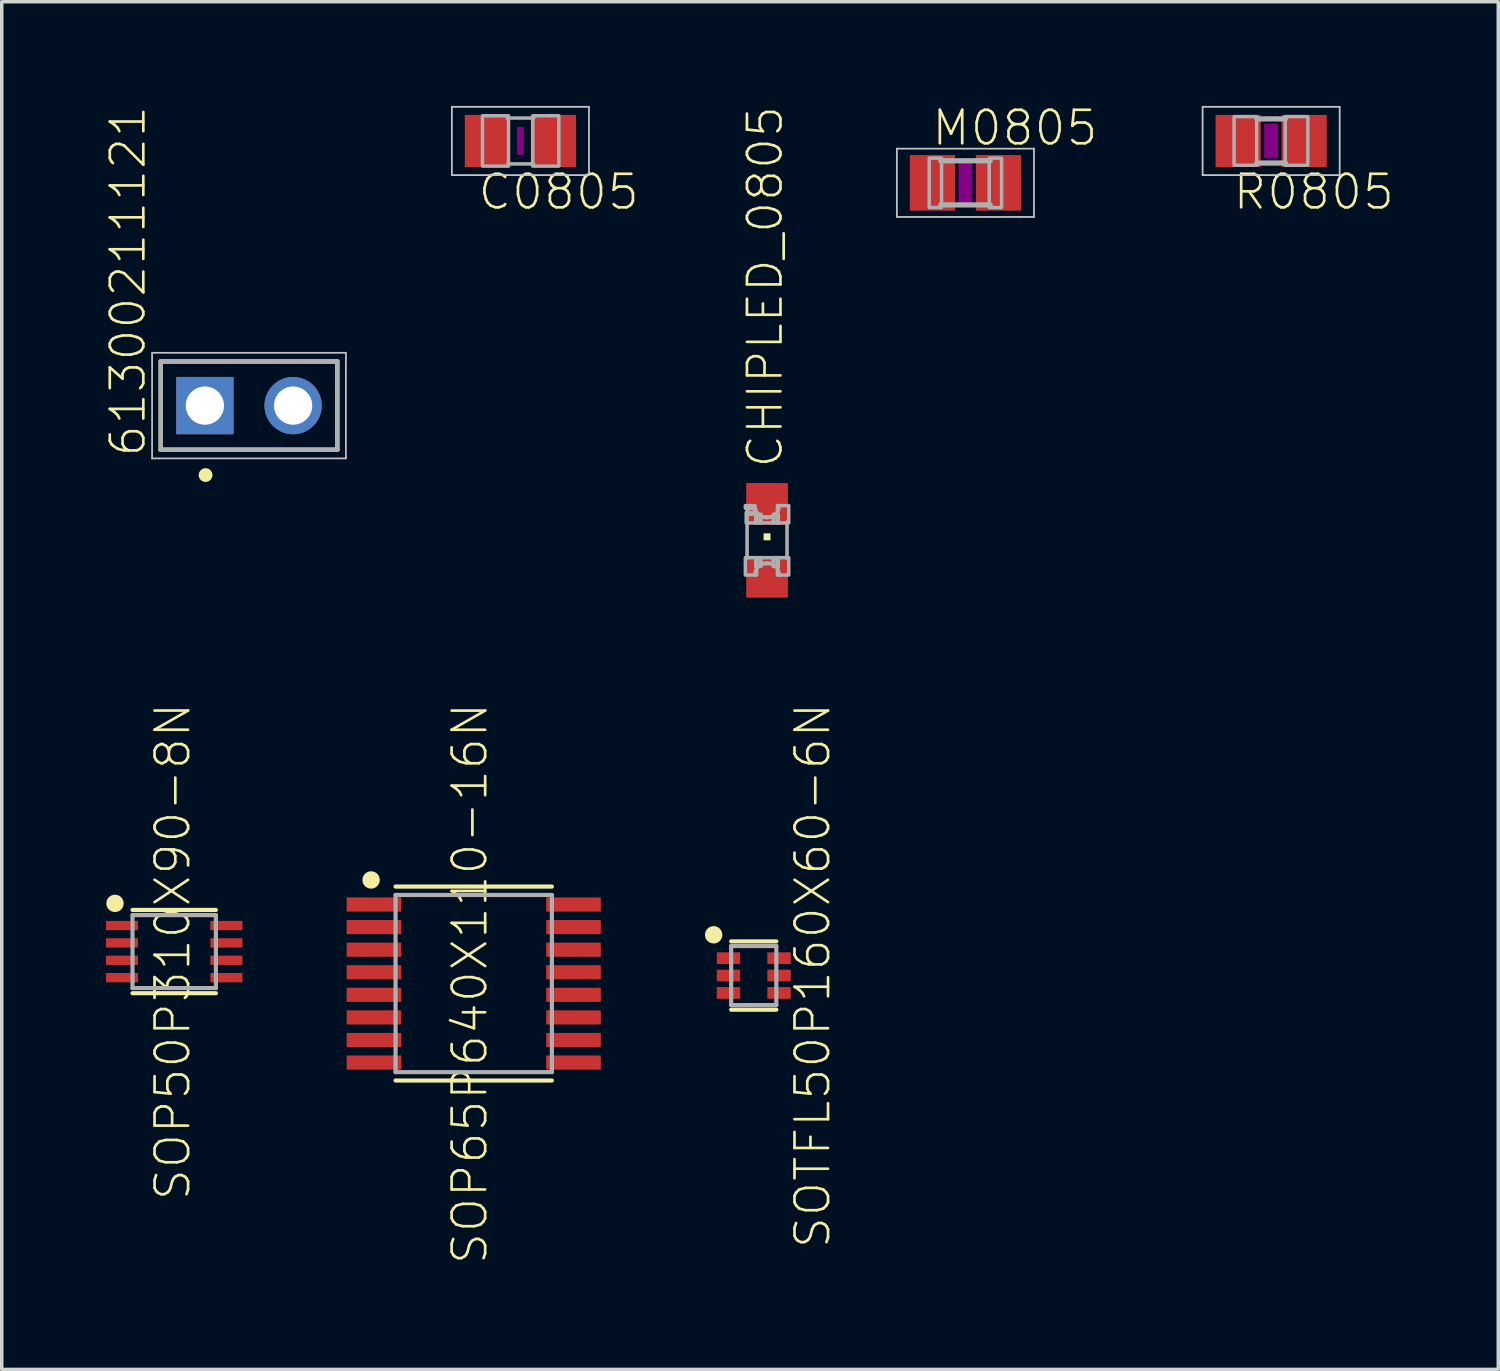
<source format=kicad_pcb>
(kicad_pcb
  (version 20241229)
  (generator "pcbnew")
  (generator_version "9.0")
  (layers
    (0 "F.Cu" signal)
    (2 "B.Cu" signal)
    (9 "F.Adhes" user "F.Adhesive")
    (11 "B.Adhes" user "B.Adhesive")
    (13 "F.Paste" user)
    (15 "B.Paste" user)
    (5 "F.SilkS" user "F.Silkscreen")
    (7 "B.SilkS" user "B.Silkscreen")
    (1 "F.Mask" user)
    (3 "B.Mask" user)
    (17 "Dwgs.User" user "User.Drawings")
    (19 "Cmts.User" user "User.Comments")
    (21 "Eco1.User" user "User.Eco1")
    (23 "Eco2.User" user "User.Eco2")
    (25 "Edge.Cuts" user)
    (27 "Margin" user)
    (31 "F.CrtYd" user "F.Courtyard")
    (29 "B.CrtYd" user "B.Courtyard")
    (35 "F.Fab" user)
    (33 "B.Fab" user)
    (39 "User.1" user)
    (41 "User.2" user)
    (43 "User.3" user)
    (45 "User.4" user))
  (footprint "SOTFL50P160X60-6N"
    (layer "F.Cu")
    (at 18.648 25.033)
    (property "Reference" "SOTFL50P160X60-6N" (at 2.26 0 270) (layer "F.SilkS") (effects (font (size 0.965 0.965) (thickness 0.077)) (justify bottom)))
    (attr through_hole)
    (fp_line (start -0.65 -0.983) (end 0.65 -0.983) (stroke (width 0.12) (type solid)) (layer "F.SilkS"))
    (fp_line (start -0.65 0.983) (end 0.65 0.983) (stroke (width 0.12) (type solid)) (layer "F.SilkS"))
    (fp_circle (center -1.154 -1.173) (end -1.029 -1.173) (stroke (width 0.25) (type solid)) (fill no) (layer "F.SilkS"))
    (fp_line (start -0.65 -0.85) (end 0.65 -0.85) (stroke (width 0.12) (type solid)) (layer "F.Fab"))
    (fp_line (start -0.65 0.85) (end -0.65 -0.85) (stroke (width 0.12) (type solid)) (layer "F.Fab"))
    (fp_line (start 0.65 -0.85) (end 0.65 0.85) (stroke (width 0.12) (type solid)) (layer "F.Fab"))
    (fp_line (start 0.65 0.85) (end -0.65 0.85) (stroke (width 0.12) (type solid)) (layer "F.Fab"))
    (pad "1" smd rect (at -0.728 -0.5) (size 0.673 0.337) (layers "F.Cu" "F.Mask" "F.Paste"))
    (pad "2" smd rect (at -0.728 0) (size 0.673 0.337) (layers "F.Cu" "F.Mask" "F.Paste"))
    (pad "3" smd rect (at -0.728 0.5) (size 0.673 0.337) (layers "F.Cu" "F.Mask" "F.Paste"))
    (pad "4" smd rect (at 0.728 0.5) (size 0.673 0.337) (layers "F.Cu" "F.Mask" "F.Paste"))
    (pad "5" smd rect (at 0.728 0) (size 0.673 0.337) (layers "F.Cu" "F.Mask" "F.Paste"))
    (pad "6" smd rect (at 0.728 -0.5) (size 0.673 0.337) (layers "F.Cu" "F.Mask" "F.Paste")))
  (footprint "61300211121"
    (layer "F.Cu")
    (at 4.118 8.626)
    (property "Reference" "61300211121" (at -2.921 1.524 90) (layer "F.SilkS") (effects (font (size 0.965 0.965) (thickness 0.077)) (justify left bottom)))
    (attr through_hole)
    (fp_line (start -2.54 -1.27) (end 2.54 -1.27) (stroke (width 0.127) (type solid)) (layer "F.SilkS"))
    (fp_line (start -2.54 1.27) (end -2.54 -1.27) (stroke (width 0.127) (type solid)) (layer "F.SilkS"))
    (fp_line (start 2.54 -1.27) (end 2.54 1.27) (stroke (width 0.127) (type solid)) (layer "F.SilkS"))
    (fp_line (start 2.54 1.27) (end -2.54 1.27) (stroke (width 0.127) (type solid)) (layer "F.SilkS"))
    (fp_circle (center -1.25 2) (end -1.15 2) (stroke (width 0.2) (type solid)) (fill no) (layer "F.SilkS"))
    (fp_line (start -2.79 -1.52) (end 2.79 -1.52) (stroke (width 0.05) (type solid)) (layer "Dwgs.User"))
    (fp_line (start -2.79 1.52) (end -2.79 -1.52) (stroke (width 0.05) (type solid)) (layer "Dwgs.User"))
    (fp_line (start 2.79 -1.52) (end 2.79 1.52) (stroke (width 0.05) (type solid)) (layer "Dwgs.User"))
    (fp_line (start 2.79 1.52) (end -2.79 1.52) (stroke (width 0.05) (type solid)) (layer "Dwgs.User"))
    (fp_line (start -2.54 -1.27) (end 2.54 -1.27) (stroke (width 0.127) (type solid)) (layer "F.Fab"))
    (fp_line (start -2.54 1.27) (end -2.54 -1.27) (stroke (width 0.127) (type solid)) (layer "F.Fab"))
    (fp_line (start 2.54 -1.27) (end 2.54 1.27) (stroke (width 0.127) (type solid)) (layer "F.Fab"))
    (fp_line (start 2.54 1.27) (end -2.54 1.27) (stroke (width 0.127) (type solid)) (layer "F.Fab"))
    (pad "1" thru_hole rect (at -1.27 0) (size 1.65 1.65) (drill 1.1) (layers "*.Cu" "*.Mask"))
    (pad "2" thru_hole circle (at 1.27 0) (size 1.65 1.65) (drill 1.1) (layers "*.Cu" "*.Mask")))
  (footprint "R0805"
    (layer "F.Cu")
    (at 33.542 1.008)
    (property "Reference" "R0805" (at -1.143 2.032 180) (layer "F.SilkS") (effects (font (size 0.965 0.965) (thickness 0.077)) (justify left bottom)))
    (attr through_hole)
    (fp_poly (pts (xy -0.2 0.5) (xy 0.2 0.5) (xy 0.2 -0.5) (xy -0.2 -0.5)) (stroke (width 0) (type solid)) (fill yes) (layer "F.Adhes"))
    (fp_line (start -1.973 -0.983) (end 1.973 -0.983) (stroke (width 0.051) (type solid)) (layer "Dwgs.User"))
    (fp_line (start -1.973 0.983) (end -1.973 -0.983) (stroke (width 0.051) (type solid)) (layer "Dwgs.User"))
    (fp_line (start 1.973 -0.983) (end 1.973 0.983) (stroke (width 0.051) (type solid)) (layer "Dwgs.User"))
    (fp_line (start 1.973 0.983) (end -1.973 0.983) (stroke (width 0.051) (type solid)) (layer "Dwgs.User"))
    (fp_line (start -0.41 -0.635) (end 0.41 -0.635) (stroke (width 0.152) (type solid)) (layer "F.Fab"))
    (fp_line (start -0.41 0.635) (end 0.41 0.635) (stroke (width 0.152) (type solid)) (layer "F.Fab"))
    (fp_poly (pts (xy -1.067 0.699) (xy -0.417 0.699) (xy -0.417 -0.702) (xy -1.067 -0.702)) (stroke (width 0.1) (type solid)) (fill no) (layer "F.Fab"))
    (fp_poly (pts (xy 0.406 0.699) (xy 1.056 0.699) (xy 1.056 -0.702) (xy 0.406 -0.702)) (stroke (width 0.1) (type solid)) (fill no) (layer "F.Fab"))
    (pad "1" smd rect (at -0.95 0) (size 1.3 1.5) (layers "F.Cu" "F.Mask" "F.Paste"))
    (pad "2" smd rect (at 0.95 0) (size 1.3 1.5) (layers "F.Cu" "F.Mask" "F.Paste")))
  (footprint "C0805"
    (layer "F.Cu")
    (at 11.931 1.008)
    (property "Reference" "C0805" (at -1.27 2.032 180) (layer "F.SilkS") (effects (font (size 0.965 0.965) (thickness 0.077)) (justify left bottom)))
    (attr through_hole)
    (fp_poly (pts (xy -0.1 0.4) (xy 0.1 0.4) (xy 0.1 -0.4) (xy -0.1 -0.4)) (stroke (width 0) (type solid)) (fill yes) (layer "F.Adhes"))
    (fp_line (start -1.973 -0.983) (end 1.973 -0.983) (stroke (width 0.051) (type solid)) (layer "Dwgs.User"))
    (fp_line (start -1.973 0.983) (end -1.973 -0.983) (stroke (width 0.051) (type solid)) (layer "Dwgs.User"))
    (fp_line (start 1.973 -0.983) (end 1.973 0.983) (stroke (width 0.051) (type solid)) (layer "Dwgs.User"))
    (fp_line (start 1.973 0.983) (end -1.973 0.983) (stroke (width 0.051) (type solid)) (layer "Dwgs.User"))
    (fp_line (start -0.381 -0.66) (end 0.381 -0.66) (stroke (width 0.102) (type solid)) (layer "F.Fab"))
    (fp_line (start -0.356 0.66) (end 0.381 0.66) (stroke (width 0.102) (type solid)) (layer "F.Fab"))
    (fp_poly (pts (xy -1.092 0.724) (xy -0.342 0.724) (xy -0.342 -0.726) (xy -1.092 -0.726)) (stroke (width 0.1) (type solid)) (fill no) (layer "F.Fab"))
    (fp_poly (pts (xy 0.356 0.724) (xy 1.106 0.724) (xy 1.106 -0.726) (xy 0.356 -0.726)) (stroke (width 0.1) (type solid)) (fill no) (layer "F.Fab"))
    (pad "1" smd rect (at -0.95 0) (size 1.3 1.5) (layers "F.Cu" "F.Mask" "F.Paste"))
    (pad "2" smd rect (at 0.95 0) (size 1.3 1.5) (layers "F.Cu" "F.Mask" "F.Paste")))
  (footprint "SOP65P640X110-16N"
    (layer "F.Cu")
    (at 10.587 25.263)
    (property "Reference" "SOP65P640X110-16N" (at 0.451 0 270) (layer "F.SilkS") (effects (font (size 0.965 0.965) (thickness 0.077)) (justify bottom)))
    (attr through_hole)
    (fp_line (start -2.25 -2.792) (end 2.25 -2.792) (stroke (width 0.12) (type solid)) (layer "F.SilkS"))
    (fp_line (start -2.25 2.792) (end 2.25 2.792) (stroke (width 0.12) (type solid)) (layer "F.SilkS"))
    (fp_circle (center -2.954 -2.982) (end -2.829 -2.982) (stroke (width 0.25) (type solid)) (fill no) (layer "F.SilkS"))
    (fp_line (start -2.25 -2.55) (end 2.25 -2.55) (stroke (width 0.12) (type solid)) (layer "F.Fab"))
    (fp_line (start -2.25 2.55) (end -2.25 -2.55) (stroke (width 0.12) (type solid)) (layer "F.Fab"))
    (fp_line (start 2.25 -2.55) (end 2.25 2.55) (stroke (width 0.12) (type solid)) (layer "F.Fab"))
    (fp_line (start 2.25 2.55) (end -2.25 2.55) (stroke (width 0.12) (type solid)) (layer "F.Fab"))
    (pad "1" smd rect (at -2.872 -2.275) (size 1.572 0.407) (layers "F.Cu" "F.Mask" "F.Paste"))
    (pad "2" smd rect (at -2.872 -1.625) (size 1.572 0.407) (layers "F.Cu" "F.Mask" "F.Paste"))
    (pad "3" smd rect (at -2.872 -0.975) (size 1.572 0.407) (layers "F.Cu" "F.Mask" "F.Paste"))
    (pad "4" smd rect (at -2.872 -0.325) (size 1.572 0.407) (layers "F.Cu" "F.Mask" "F.Paste"))
    (pad "5" smd rect (at -2.872 0.325) (size 1.572 0.407) (layers "F.Cu" "F.Mask" "F.Paste"))
    (pad "6" smd rect (at -2.872 0.975) (size 1.572 0.407) (layers "F.Cu" "F.Mask" "F.Paste"))
    (pad "7" smd rect (at -2.872 1.625) (size 1.572 0.407) (layers "F.Cu" "F.Mask" "F.Paste"))
    (pad "8" smd rect (at -2.872 2.275) (size 1.572 0.407) (layers "F.Cu" "F.Mask" "F.Paste"))
    (pad "9" smd rect (at 2.872 2.275) (size 1.572 0.407) (layers "F.Cu" "F.Mask" "F.Paste"))
    (pad "10" smd rect (at 2.872 1.625) (size 1.572 0.407) (layers "F.Cu" "F.Mask" "F.Paste"))
    (pad "11" smd rect (at 2.872 0.975) (size 1.572 0.407) (layers "F.Cu" "F.Mask" "F.Paste"))
    (pad "12" smd rect (at 2.872 0.325) (size 1.572 0.407) (layers "F.Cu" "F.Mask" "F.Paste"))
    (pad "13" smd rect (at 2.872 -0.325) (size 1.572 0.407) (layers "F.Cu" "F.Mask" "F.Paste"))
    (pad "14" smd rect (at 2.872 -0.975) (size 1.572 0.407) (layers "F.Cu" "F.Mask" "F.Paste"))
    (pad "15" smd rect (at 2.872 -1.625) (size 1.572 0.407) (layers "F.Cu" "F.Mask" "F.Paste"))
    (pad "16" smd rect (at 2.872 -2.275) (size 1.572 0.407) (layers "F.Cu" "F.Mask" "F.Paste")))
  (footprint "CHIPLED_0805"
    (layer "F.Cu")
    (at 19.031 12.504)
    (property "Reference" "CHIPLED_0805" (at 0.508 -2.032 270) (layer "F.SilkS") (effects (font (size 0.965 0.965) (thickness 0.077)) (justify left bottom)))
    (attr through_hole)
    (fp_poly (pts (xy -0.1 0) (xy 0.1 0) (xy 0.1 -0.2) (xy -0.1 -0.2)) (stroke (width 0) (type solid)) (fill yes) (layer "F.SilkS"))
    (fp_line (start -0.575 0.5) (end -0.575 -0.925) (stroke (width 0.102) (type solid)) (layer "F.Fab"))
    (fp_line (start 0.575 -0.525) (end 0.575 0.525) (stroke (width 0.102) (type solid)) (layer "F.Fab"))
    (fp_arc (start -0.35 1) (mid 0 0.65) (end 0.35 1) (stroke (width 0.1016) (type solid)) (layer "F.Fab"))
    (fp_arc (start 0.35 -1) (mid 0 -0.65) (end -0.35 -1) (stroke (width 0.1016) (type solid)) (layer "F.Fab"))
    (fp_circle (center -0.45 -0.85) (end -0.347 -0.85) (stroke (width 0.102) (type solid)) (fill no) (layer "F.Fab"))
    (fp_poly (pts (xy -0.625 -0.925) (xy -0.4 -0.925) (xy -0.4 -1) (xy -0.625 -1)) (stroke (width 0.1) (type solid)) (fill no) (layer "F.Fab"))
    (fp_poly (pts (xy -0.625 1) (xy -0.3 1) (xy -0.3 0.5) (xy -0.625 0.5)) (stroke (width 0.1) (type solid)) (fill no) (layer "F.Fab"))
    (fp_poly (pts (xy -0.6 -0.5) (xy -0.3 -0.5) (xy -0.3 -0.8) (xy -0.6 -0.8)) (stroke (width 0.1) (type solid)) (fill no) (layer "F.Fab"))
    (fp_poly (pts (xy -0.325 -0.5) (xy -0.175 -0.5) (xy -0.175 -0.75) (xy -0.325 -0.75)) (stroke (width 0.1) (type solid)) (fill no) (layer "F.Fab"))
    (fp_poly (pts (xy -0.325 0.75) (xy -0.175 0.75) (xy -0.175 0.5) (xy -0.325 0.5)) (stroke (width 0.1) (type solid)) (fill no) (layer "F.Fab"))
    (fp_poly (pts (xy -0.2 -0.5) (xy 0.2 -0.5) (xy 0.2 -0.675) (xy -0.2 -0.675)) (stroke (width 0.1) (type solid)) (fill no) (layer "F.Fab"))
    (fp_poly (pts (xy -0.2 0.675) (xy 0.2 0.675) (xy 0.2 0.5) (xy -0.2 0.5)) (stroke (width 0.1) (type solid)) (fill no) (layer "F.Fab"))
    (fp_poly (pts (xy 0.175 -0.5) (xy 0.325 -0.5) (xy 0.325 -0.75) (xy 0.175 -0.75)) (stroke (width 0.1) (type solid)) (fill no) (layer "F.Fab"))
    (fp_poly (pts (xy 0.175 0.75) (xy 0.325 0.75) (xy 0.325 0.5) (xy 0.175 0.5)) (stroke (width 0.1) (type solid)) (fill no) (layer "F.Fab"))
    (fp_poly (pts (xy 0.3 -0.5) (xy 0.625 -0.5) (xy 0.625 -1) (xy 0.3 -1)) (stroke (width 0.1) (type solid)) (fill no) (layer "F.Fab"))
    (fp_poly (pts (xy 0.3 1) (xy 0.625 1) (xy 0.625 0.5) (xy 0.3 0.5)) (stroke (width 0.1) (type solid)) (fill no) (layer "F.Fab"))
    (pad "A" smd rect (at 0 1.05) (size 1.2 1.2) (layers "F.Cu" "F.Mask" "F.Paste"))
    (pad "C" smd rect (at 0 -1.05) (size 1.2 1.2) (layers "F.Cu" "F.Mask" "F.Paste")))
  (footprint "SOP50P310X90-8N"
    (layer "F.Cu")
    (at 1.965 24.343)
    (property "Reference" "SOP50P310X90-8N" (at 0.521 0 270) (layer "F.SilkS") (effects (font (size 0.965 0.965) (thickness 0.077)) (justify bottom)))
    (attr through_hole)
    (fp_line (start -1.2 -1.198) (end 1.2 -1.198) (stroke (width 0.12) (type solid)) (layer "F.SilkS"))
    (fp_line (start -1.2 1.198) (end 1.2 1.198) (stroke (width 0.12) (type solid)) (layer "F.SilkS"))
    (fp_circle (center -1.704 -1.388) (end -1.579 -1.388) (stroke (width 0.25) (type solid)) (fill no) (layer "F.SilkS"))
    (fp_line (start -1.2 -1.05) (end 1.2 -1.05) (stroke (width 0.12) (type solid)) (layer "F.Fab"))
    (fp_line (start -1.2 1.05) (end -1.2 -1.05) (stroke (width 0.12) (type solid)) (layer "F.Fab"))
    (fp_line (start 1.2 -1.05) (end 1.2 1.05) (stroke (width 0.12) (type solid)) (layer "F.Fab"))
    (fp_line (start 1.2 1.05) (end -1.2 1.05) (stroke (width 0.12) (type solid)) (layer "F.Fab"))
    (pad "1" smd rect (at -1.503 -0.75) (size 0.923 0.268) (layers "F.Cu" "F.Mask" "F.Paste"))
    (pad "2" smd rect (at -1.503 -0.25) (size 0.923 0.268) (layers "F.Cu" "F.Mask" "F.Paste"))
    (pad "3" smd rect (at -1.503 0.25) (size 0.923 0.268) (layers "F.Cu" "F.Mask" "F.Paste"))
    (pad "4" smd rect (at -1.503 0.75) (size 0.923 0.268) (layers "F.Cu" "F.Mask" "F.Paste"))
    (pad "5" smd rect (at 1.503 0.75) (size 0.923 0.268) (layers "F.Cu" "F.Mask" "F.Paste"))
    (pad "6" smd rect (at 1.503 0.25) (size 0.923 0.268) (layers "F.Cu" "F.Mask" "F.Paste"))
    (pad "7" smd rect (at 1.503 -0.25) (size 0.923 0.268) (layers "F.Cu" "F.Mask" "F.Paste"))
    (pad "8" smd rect (at 1.503 -0.75) (size 0.923 0.268) (layers "F.Cu" "F.Mask" "F.Paste")))
  (footprint "M0805"
    (layer "F.Cu")
    (at 24.741 2.213)
    (property "Reference" "M0805" (at -1.016 -1.016 0) (layer "F.SilkS") (effects (font (size 0.965 0.965) (thickness 0.077)) (justify left bottom)))
    (attr through_hole)
    (fp_poly (pts (xy -0.2 0.6) (xy 0.2 0.6) (xy 0.2 -0.6) (xy -0.2 -0.6)) (stroke (width 0) (type solid)) (fill yes) (layer "F.Adhes"))
    (fp_line (start -1.973 -0.983) (end 1.973 -0.983) (stroke (width 0.051) (type solid)) (layer "Dwgs.User"))
    (fp_line (start -1.973 0.983) (end -1.973 -0.983) (stroke (width 0.051) (type solid)) (layer "Dwgs.User"))
    (fp_line (start 1.973 -0.983) (end 1.973 0.983) (stroke (width 0.051) (type solid)) (layer "Dwgs.User"))
    (fp_line (start 1.973 0.983) (end -1.973 0.983) (stroke (width 0.051) (type solid)) (layer "Dwgs.User"))
    (fp_line (start 0.711 -0.635) (end -0.711 -0.635) (stroke (width 0.152) (type solid)) (layer "F.Fab"))
    (fp_line (start 0.711 0.635) (end -0.711 0.635) (stroke (width 0.152) (type solid)) (layer "F.Fab"))
    (fp_poly (pts (xy -1.041 0.711) (xy -0.686 0.711) (xy -0.686 -0.711) (xy -1.041 -0.711)) (stroke (width 0.1) (type solid)) (fill no) (layer "F.Fab"))
    (fp_poly (pts (xy 0.686 0.711) (xy 1.041 0.711) (xy 1.041 -0.711) (xy 0.686 -0.711)) (stroke (width 0.1) (type solid)) (fill no) (layer "F.Fab"))
    (pad "1" smd rect (at -0.95 0) (size 1.3 1.6) (layers "F.Cu" "F.Mask" "F.Paste"))
    (pad "2" smd rect (at 0.95 0) (size 1.3 1.6) (layers "F.Cu" "F.Mask" "F.Paste")))
  (gr_rect
    (start -3 -3)
    (end 40.08 36.371)
    (stroke (width 0.1) (type default))
    (fill no)
    (layer "Edge.Cuts")))
</source>
